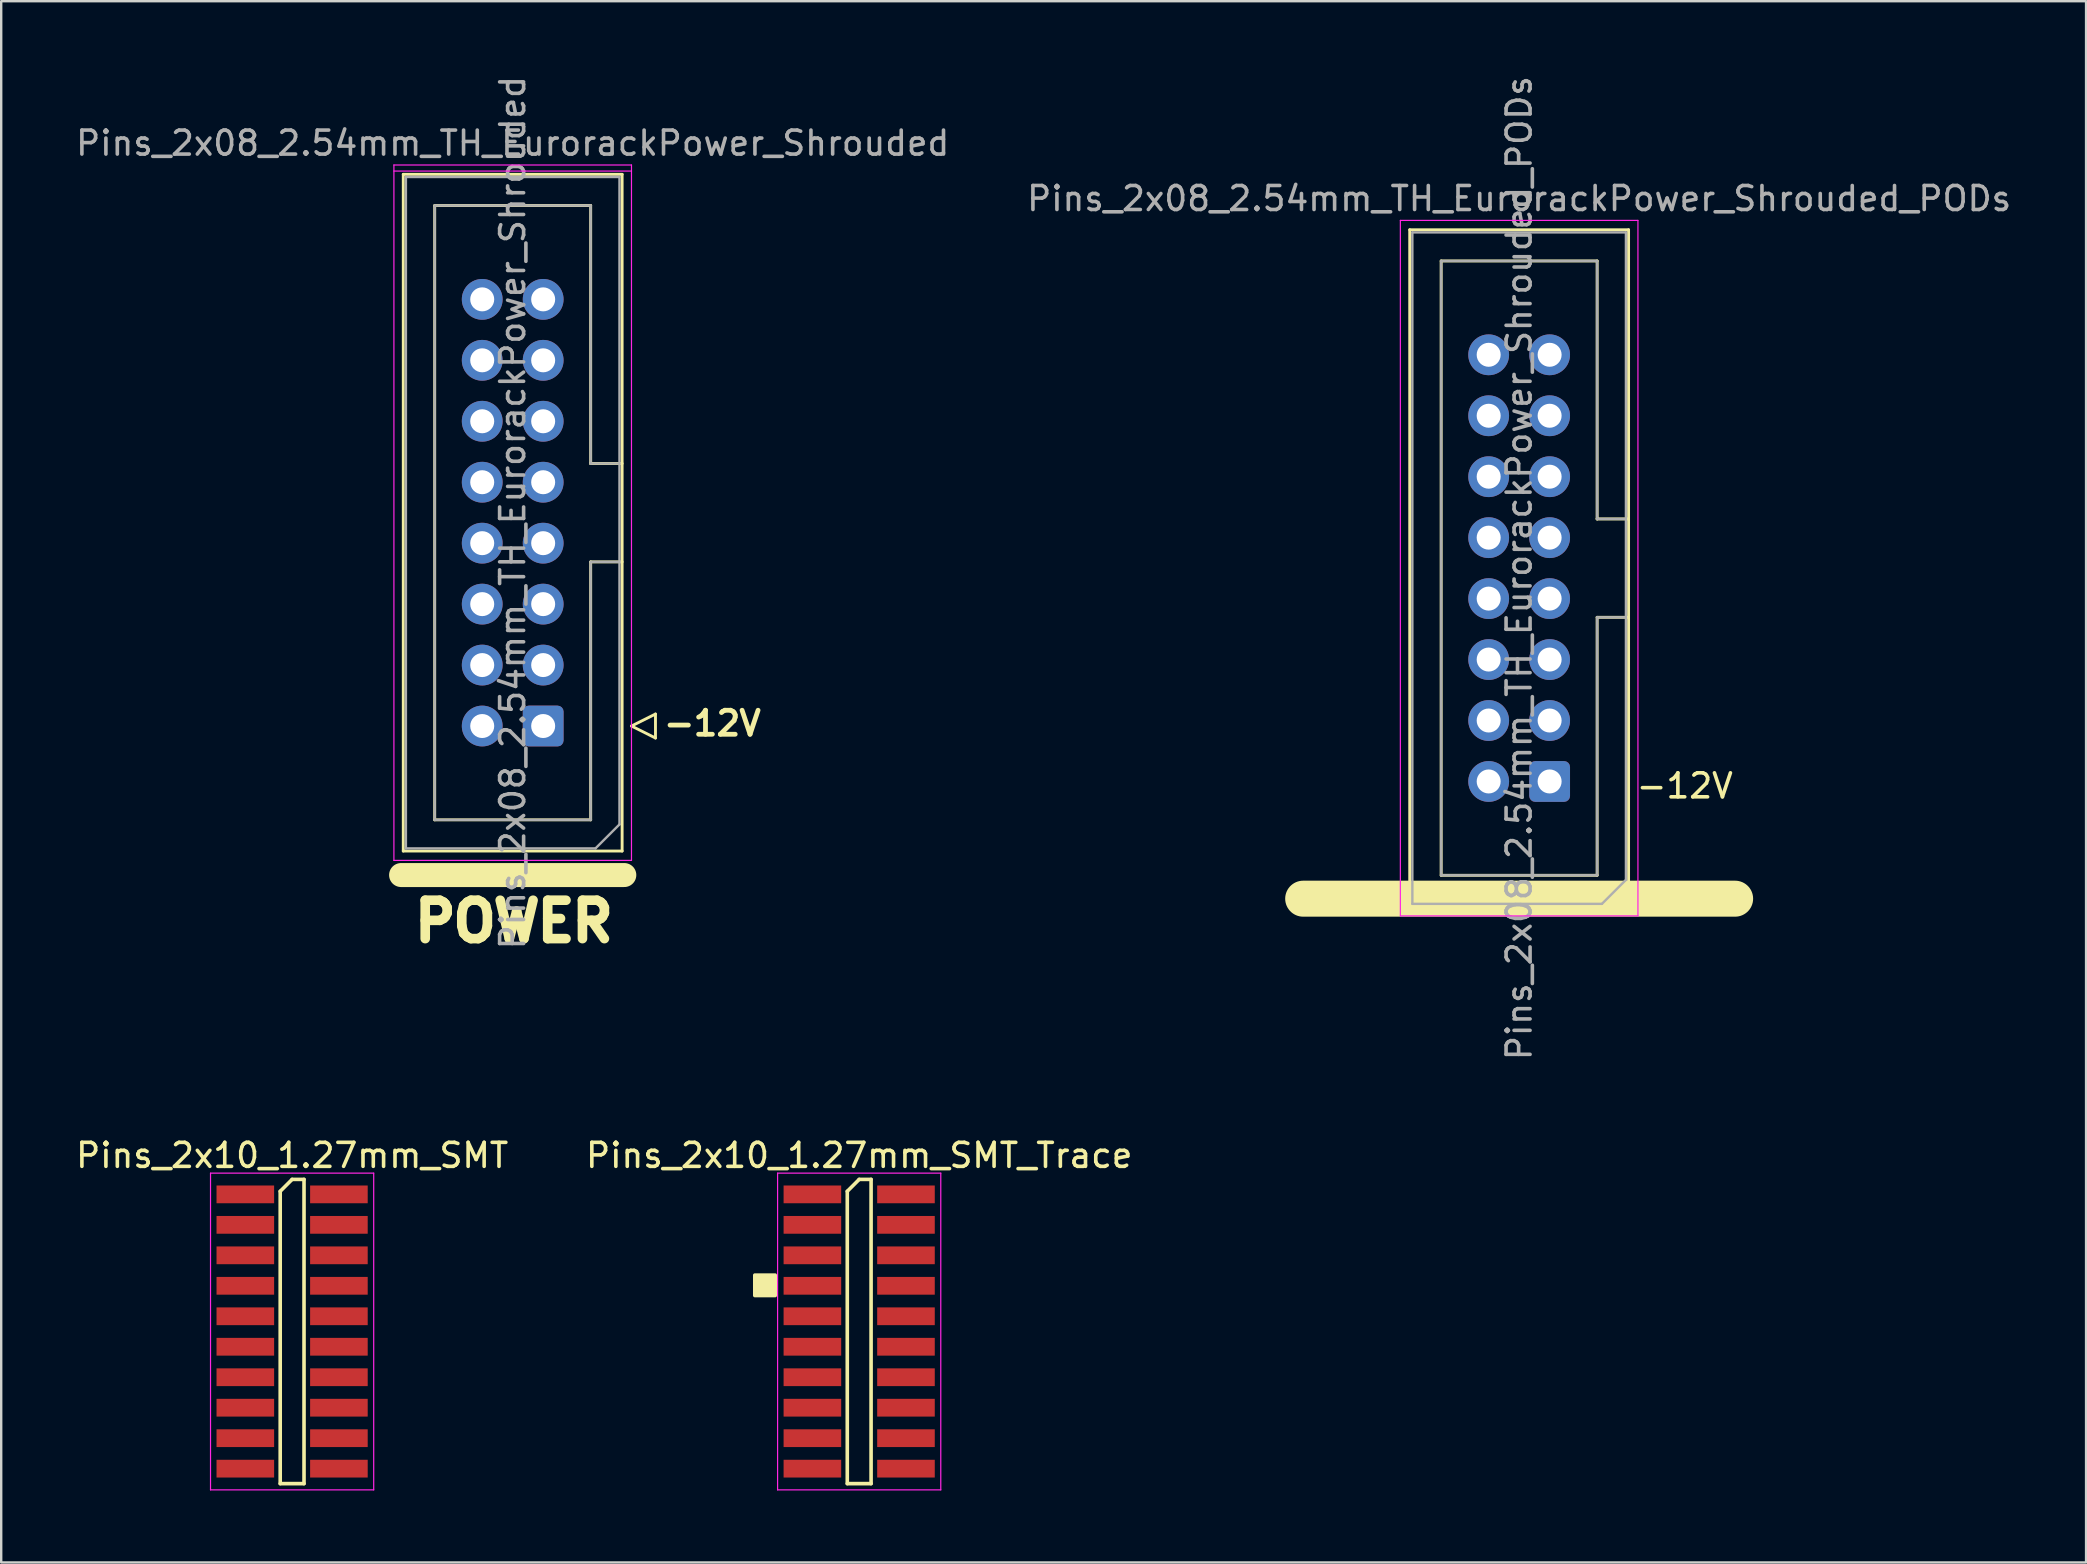
<source format=kicad_pcb>
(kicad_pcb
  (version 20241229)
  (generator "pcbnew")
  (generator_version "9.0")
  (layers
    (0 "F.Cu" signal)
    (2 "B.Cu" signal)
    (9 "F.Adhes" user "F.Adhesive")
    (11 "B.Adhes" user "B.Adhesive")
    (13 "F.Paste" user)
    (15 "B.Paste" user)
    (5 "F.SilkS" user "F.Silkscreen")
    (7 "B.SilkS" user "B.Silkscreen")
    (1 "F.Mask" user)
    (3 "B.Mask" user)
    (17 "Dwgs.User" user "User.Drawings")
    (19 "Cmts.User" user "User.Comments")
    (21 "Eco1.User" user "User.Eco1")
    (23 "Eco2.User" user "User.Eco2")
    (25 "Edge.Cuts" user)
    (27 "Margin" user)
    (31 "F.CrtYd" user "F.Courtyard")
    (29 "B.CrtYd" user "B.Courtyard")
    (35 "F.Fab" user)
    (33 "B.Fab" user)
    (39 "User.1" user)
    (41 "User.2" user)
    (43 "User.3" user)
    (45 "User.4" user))
  (footprint "Pins_2x10_1.27mm_SMT"
    (layer "F.Cu")
    (at 9.123 52.437)
    (property "Reference" "Pins_2x10_1.27mm_SMT" (at 0.002 -7.339 0) (layer "F.SilkS") (effects (font (size 1 1) (thickness 0.15))))
    (attr smd)
    (fp_line (start -0.496 -5.843) (end 0 -6.339) (stroke (width 0.15) (type solid)) (layer "F.SilkS"))
    (fp_line (start -0.496 6.339) (end -0.496 -5.843) (stroke (width 0.15) (type solid)) (layer "F.SilkS"))
    (fp_line (start 0 -6.339) (end 0.496 -6.339) (stroke (width 0.15) (type solid)) (layer "F.SilkS"))
    (fp_line (start 0.496 -6.339) (end 0.496 6.339) (stroke (width 0.15) (type solid)) (layer "F.SilkS"))
    (fp_line (start 0.496 6.339) (end -0.496 6.339) (stroke (width 0.15) (type solid)) (layer "F.SilkS"))
    (fp_line (start -3.4 -6.6) (end 3.4 -6.6) (stroke (width 0.05) (type solid)) (layer "F.CrtYd"))
    (fp_line (start -3.4 6.6) (end -3.4 -6.6) (stroke (width 0.05) (type solid)) (layer "F.CrtYd"))
    (fp_line (start 3.4 -6.6) (end 3.4 6.6) (stroke (width 0.05) (type solid)) (layer "F.CrtYd"))
    (fp_line (start 3.4 6.6) (end -3.4 6.6) (stroke (width 0.05) (type solid)) (layer "F.CrtYd"))
    (pad "1" smd rect (at -1.95 -5.715 270) (size 0.74 2.4) (layers "F.Cu" "F.Mask" "F.Paste"))
    (pad "2" smd rect (at 1.95 -5.715 270) (size 0.74 2.4) (layers "F.Cu" "F.Mask" "F.Paste"))
    (pad "3" smd rect (at -1.95 -4.445 270) (size 0.74 2.4) (layers "F.Cu" "F.Mask" "F.Paste"))
    (pad "4" smd rect (at 1.95 -4.445 270) (size 0.74 2.4) (layers "F.Cu" "F.Mask" "F.Paste"))
    (pad "5" smd rect (at -1.95 -3.175 270) (size 0.74 2.4) (layers "F.Cu" "F.Mask" "F.Paste"))
    (pad "6" smd rect (at 1.95 -3.175 270) (size 0.74 2.4) (layers "F.Cu" "F.Mask" "F.Paste"))
    (pad "7" smd rect (at -1.95 -1.905 270) (size 0.74 2.4) (layers "F.Cu" "F.Mask" "F.Paste"))
    (pad "8" smd rect (at 1.95 -1.905 270) (size 0.74 2.4) (layers "F.Cu" "F.Mask" "F.Paste"))
    (pad "9" smd rect (at -1.95 -0.635 270) (size 0.74 2.4) (layers "F.Cu" "F.Mask" "F.Paste"))
    (pad "10" smd rect (at 1.95 -0.635 270) (size 0.74 2.4) (layers "F.Cu" "F.Mask" "F.Paste"))
    (pad "11" smd rect (at -1.95 0.635 270) (size 0.74 2.4) (layers "F.Cu" "F.Mask" "F.Paste"))
    (pad "12" smd rect (at 1.95 0.635 270) (size 0.74 2.4) (layers "F.Cu" "F.Mask" "F.Paste"))
    (pad "13" smd rect (at -1.95 1.905 270) (size 0.74 2.4) (layers "F.Cu" "F.Mask" "F.Paste"))
    (pad "14" smd rect (at 1.95 1.905 270) (size 0.74 2.4) (layers "F.Cu" "F.Mask" "F.Paste"))
    (pad "15" smd rect (at -1.95 3.175 270) (size 0.74 2.4) (layers "F.Cu" "F.Mask" "F.Paste"))
    (pad "16" smd rect (at 1.95 3.175 270) (size 0.74 2.4) (layers "F.Cu" "F.Mask" "F.Paste"))
    (pad "17" smd rect (at -1.95 4.445 270) (size 0.74 2.4) (layers "F.Cu" "F.Mask" "F.Paste"))
    (pad "18" smd rect (at 1.95 4.445 270) (size 0.74 2.4) (layers "F.Cu" "F.Mask" "F.Paste"))
    (pad "19" smd rect (at -1.95 5.715 270) (size 0.74 2.4) (layers "F.Cu" "F.Mask" "F.Paste"))
    (pad "20" smd rect (at 1.95 5.715 270) (size 0.74 2.4) (layers "F.Cu" "F.Mask" "F.Paste")))
  (footprint "Pins_2x10_1.27mm_SMT_Trace"
    (layer "F.Cu")
    (at 32.754 52.437)
    (property "Reference" "Pins_2x10_1.27mm_SMT_Trace" (at 0.002 -7.339 0) (layer "F.SilkS") (effects (font (size 1 1) (thickness 0.15))))
    (attr smd)
    (fp_line (start -0.496 -5.843) (end 0 -6.339) (stroke (width 0.15) (type solid)) (layer "F.SilkS"))
    (fp_line (start -0.496 6.339) (end -0.496 -5.843) (stroke (width 0.15) (type solid)) (layer "F.SilkS"))
    (fp_line (start 0 -6.339) (end 0.496 -6.339) (stroke (width 0.15) (type solid)) (layer "F.SilkS"))
    (fp_line (start 0.496 -6.339) (end 0.496 6.339) (stroke (width 0.15) (type solid)) (layer "F.SilkS"))
    (fp_line (start 0.496 6.339) (end -0.496 6.339) (stroke (width 0.15) (type solid)) (layer "F.SilkS"))
    (fp_poly (pts (xy -4.35 -2.35) (xy -4.35 -1.5) (xy -3.5 -1.5) (xy -3.5 -2.35)) (stroke (width 0.15) (type solid)) (fill yes) (layer "F.SilkS"))
    (fp_line (start -3.4 -6.6) (end 3.4 -6.6) (stroke (width 0.05) (type solid)) (layer "F.CrtYd"))
    (fp_line (start -3.4 6.6) (end -3.4 -6.6) (stroke (width 0.05) (type solid)) (layer "F.CrtYd"))
    (fp_line (start 3.4 -6.6) (end 3.4 6.6) (stroke (width 0.05) (type solid)) (layer "F.CrtYd"))
    (fp_line (start 3.4 6.6) (end -3.4 6.6) (stroke (width 0.05) (type solid)) (layer "F.CrtYd"))
    (pad "1" smd rect (at -1.95 -5.715 270) (size 0.74 2.4) (layers "F.Cu" "F.Mask" "F.Paste"))
    (pad "2" smd rect (at 1.95 -5.715 270) (size 0.74 2.4) (layers "F.Cu" "F.Mask" "F.Paste"))
    (pad "3" smd rect (at -1.95 -4.445 270) (size 0.74 2.4) (layers "F.Cu" "F.Mask" "F.Paste"))
    (pad "4" smd rect (at 1.95 -4.445 270) (size 0.74 2.4) (layers "F.Cu" "F.Mask" "F.Paste"))
    (pad "5" smd rect (at -1.95 -3.175 270) (size 0.74 2.4) (layers "F.Cu" "F.Mask" "F.Paste"))
    (pad "6" smd rect (at 1.95 -3.175 270) (size 0.74 2.4) (layers "F.Cu" "F.Mask" "F.Paste"))
    (pad "7" smd rect (at -1.95 -1.905 270) (size 0.74 2.4) (layers "F.Cu" "F.Mask" "F.Paste"))
    (pad "8" smd rect (at 1.95 -1.905 270) (size 0.74 2.4) (layers "F.Cu" "F.Mask" "F.Paste"))
    (pad "9" smd rect (at -1.95 -0.635 270) (size 0.74 2.4) (layers "F.Cu" "F.Mask" "F.Paste"))
    (pad "10" smd rect (at 1.95 -0.635 270) (size 0.74 2.4) (layers "F.Cu" "F.Mask" "F.Paste"))
    (pad "11" smd rect (at -1.95 0.635 270) (size 0.74 2.4) (layers "F.Cu" "F.Mask" "F.Paste"))
    (pad "12" smd rect (at 1.95 0.635 270) (size 0.74 2.4) (layers "F.Cu" "F.Mask" "F.Paste"))
    (pad "13" smd rect (at -1.95 1.905 270) (size 0.74 2.4) (layers "F.Cu" "F.Mask" "F.Paste"))
    (pad "14" smd rect (at 1.95 1.905 270) (size 0.74 2.4) (layers "F.Cu" "F.Mask" "F.Paste"))
    (pad "15" smd rect (at -1.95 3.175 270) (size 0.74 2.4) (layers "F.Cu" "F.Mask" "F.Paste"))
    (pad "16" smd rect (at 1.95 3.175 270) (size 0.74 2.4) (layers "F.Cu" "F.Mask" "F.Paste"))
    (pad "17" smd rect (at -1.95 4.445 270) (size 0.74 2.4) (layers "F.Cu" "F.Mask" "F.Paste"))
    (pad "18" smd rect (at 1.95 4.445 270) (size 0.74 2.4) (layers "F.Cu" "F.Mask" "F.Paste"))
    (pad "19" smd rect (at -1.95 5.715 270) (size 0.74 2.4) (layers "F.Cu" "F.Mask" "F.Paste"))
    (pad "20" smd rect (at 1.95 5.715 270) (size 0.74 2.4) (layers "F.Cu" "F.Mask" "F.Paste")))
  (footprint "Pins_2x08_2.54mm_TH_EurorackPower_Shrouded"
    (layer "F.Cu")
    (at 18.315 18.315)
    (property "Reference" "Pins_2x08_2.54mm_TH_EurorackPower_Shrouded" (at 0 -15.4 180) (layer "F.Fab") (effects (font (size 1 1) (thickness 0.15))))
    (attr through_hole)
    (fp_line (start -4.56 -14.1) (end 4.56 -14.1) (stroke (width 0.12) (type solid)) (layer "F.SilkS"))
    (fp_line (start -4.56 14.1) (end -4.56 -14.1) (stroke (width 0.12) (type solid)) (layer "F.SilkS"))
    (fp_line (start -3.25 -12.8) (end 3.25 -12.8) (stroke (width 0.12) (type solid)) (layer "F.SilkS"))
    (fp_line (start -3.25 12.8) (end -3.25 -12.8) (stroke (width 0.12) (type solid)) (layer "F.SilkS"))
    (fp_line (start 3.25 -12.8) (end 3.25 -2.05) (stroke (width 0.12) (type solid)) (layer "F.SilkS"))
    (fp_line (start 3.25 -2.05) (end 3.25 -2.05) (stroke (width 0.12) (type solid)) (layer "F.SilkS"))
    (fp_line (start 3.25 -2.05) (end 4.56 -2.05) (stroke (width 0.12) (type solid)) (layer "F.SilkS"))
    (fp_line (start 3.25 2.05) (end 3.25 12.8) (stroke (width 0.12) (type solid)) (layer "F.SilkS"))
    (fp_line (start 3.25 12.8) (end -3.25 12.8) (stroke (width 0.12) (type solid)) (layer "F.SilkS"))
    (fp_line (start 4.56 -14.1) (end 4.56 14.1) (stroke (width 0.12) (type solid)) (layer "F.SilkS"))
    (fp_line (start 4.56 2.05) (end 3.25 2.05) (stroke (width 0.12) (type solid)) (layer "F.SilkS"))
    (fp_line (start 4.56 14.1) (end -4.56 14.1) (stroke (width 0.12) (type solid)) (layer "F.SilkS"))
    (fp_line (start 4.651 15.1) (end -4.651 15.1) (stroke (width 1) (type solid)) (layer "F.SilkS"))
    (fp_line (start 4.95 8.89) (end 5.95 9.39) (stroke (width 0.12) (type solid)) (layer "F.SilkS"))
    (fp_line (start 5.95 8.39) (end 4.95 8.89) (stroke (width 0.12) (type solid)) (layer "F.SilkS"))
    (fp_line (start 5.95 9.39) (end 5.95 8.39) (stroke (width 0.12) (type solid)) (layer "F.SilkS"))
    (fp_line (start -4.95 -14.49) (end -4.95 14.49) (stroke (width 0.05) (type solid)) (layer "F.CrtYd"))
    (fp_line (start -4.95 14.49) (end 4.95 14.49) (stroke (width 0.05) (type solid)) (layer "F.CrtYd"))
    (fp_line (start 4.95 -14.49) (end -4.95 -14.49) (stroke (width 0.05) (type solid)) (layer "F.CrtYd"))
    (fp_line (start 4.95 -14.236) (end -4.95 -14.236) (stroke (width 0.05) (type solid)) (layer "F.CrtYd"))
    (fp_line (start 4.95 14.49) (end 4.95 -14.49) (stroke (width 0.05) (type solid)) (layer "F.CrtYd"))
    (fp_line (start -4.45 -13.99) (end 4.45 -13.99) (stroke (width 0.1) (type solid)) (layer "F.Fab"))
    (fp_line (start -4.45 13.99) (end -4.45 -13.99) (stroke (width 0.1) (type solid)) (layer "F.Fab"))
    (fp_line (start -3.25 -12.8) (end 3.25 -12.8) (stroke (width 0.1) (type solid)) (layer "F.Fab"))
    (fp_line (start -3.25 12.8) (end -3.25 -12.8) (stroke (width 0.1) (type solid)) (layer "F.Fab"))
    (fp_line (start 3.25 -12.8) (end 3.25 -2.05) (stroke (width 0.1) (type solid)) (layer "F.Fab"))
    (fp_line (start 3.25 -2.05) (end 3.25 -2.05) (stroke (width 0.1) (type solid)) (layer "F.Fab"))
    (fp_line (start 3.25 -2.05) (end 4.45 -2.05) (stroke (width 0.1) (type solid)) (layer "F.Fab"))
    (fp_line (start 3.25 2.05) (end 3.25 12.8) (stroke (width 0.1) (type solid)) (layer "F.Fab"))
    (fp_line (start 3.25 12.8) (end -3.25 12.8) (stroke (width 0.1) (type solid)) (layer "F.Fab"))
    (fp_line (start 3.45 13.99) (end -4.45 13.99) (stroke (width 0.1) (type solid)) (layer "F.Fab"))
    (fp_line (start 4.45 -13.99) (end 4.45 12.99) (stroke (width 0.1) (type solid)) (layer "F.Fab"))
    (fp_line (start 4.45 2.05) (end 3.25 2.05) (stroke (width 0.1) (type solid)) (layer "F.Fab"))
    (fp_line (start 4.45 12.99) (end 3.45 13.99) (stroke (width 0.1) (type solid)) (layer "F.Fab"))
    (fp_text user "POWER" (at 0.05 17.03 180) (layer "F.SilkS") (effects (font (size 1.6 1.6) (thickness 0.4))))
    (fp_text user "-12V" (at 8.32 8.78 180) (layer "F.SilkS") (effects (font (size 1 1) (thickness 0.2))))
    (fp_text user "${REFERENCE}" (at 0 0 270) (layer "F.Fab") (effects (font (size 1 1) (thickness 0.15))))
    (pad "1" thru_hole roundrect (at 1.27 8.89 180) (size 1.7 1.7) (drill 1) (layers "*.Cu" "*.Mask") (roundrect_rratio 0.147))
    (pad "2" thru_hole circle (at -1.27 8.89 180) (size 1.7 1.7) (drill 1) (layers "*.Cu" "*.Mask"))
    (pad "3" thru_hole circle (at 1.27 6.35 180) (size 1.7 1.7) (drill 1) (layers "*.Cu" "*.Mask"))
    (pad "4" thru_hole circle (at -1.27 6.35 180) (size 1.7 1.7) (drill 1) (layers "*.Cu" "*.Mask"))
    (pad "5" thru_hole circle (at 1.27 3.81 180) (size 1.7 1.7) (drill 1) (layers "*.Cu" "*.Mask"))
    (pad "6" thru_hole circle (at -1.27 3.81 180) (size 1.7 1.7) (drill 1) (layers "*.Cu" "*.Mask"))
    (pad "7" thru_hole circle (at 1.27 1.27 180) (size 1.7 1.7) (drill 1) (layers "*.Cu" "*.Mask"))
    (pad "8" thru_hole circle (at -1.27 1.27 180) (size 1.7 1.7) (drill 1) (layers "*.Cu" "*.Mask"))
    (pad "9" thru_hole circle (at 1.27 -1.27 180) (size 1.7 1.7) (drill 1) (layers "*.Cu" "*.Mask"))
    (pad "10" thru_hole circle (at -1.27 -1.27 180) (size 1.7 1.7) (drill 1) (layers "*.Cu" "*.Mask"))
    (pad "11" thru_hole circle (at 1.27 -3.81 180) (size 1.7 1.7) (drill 1) (layers "*.Cu" "*.Mask"))
    (pad "12" thru_hole circle (at -1.27 -3.81 180) (size 1.7 1.7) (drill 1) (layers "*.Cu" "*.Mask"))
    (pad "13" thru_hole circle (at 1.27 -6.35 180) (size 1.7 1.7) (drill 1) (layers "*.Cu" "*.Mask"))
    (pad "14" thru_hole circle (at -1.27 -6.35 180) (size 1.7 1.7) (drill 1) (layers "*.Cu" "*.Mask"))
    (pad "15" thru_hole circle (at 1.27 -8.89 180) (size 1.7 1.7) (drill 1) (layers "*.Cu" "*.Mask"))
    (pad "16" thru_hole circle (at -1.27 -8.89 180) (size 1.7 1.7) (drill 1) (layers "*.Cu" "*.Mask")))
  (footprint "Pins_2x08_2.54mm_TH_EurorackPower_Shrouded_PODs"
    (layer "F.Cu")
    (at 60.256 20.625)
    (property "Reference" "Pins_2x08_2.54mm_TH_EurorackPower_Shrouded_PODs" (at 0 -15.4 180) (layer "F.Fab") (effects (font (size 1 1) (thickness 0.15))))
    (attr through_hole)
    (fp_line (start -4.56 -14.1) (end 4.56 -14.1) (stroke (width 0.12) (type solid)) (layer "F.SilkS"))
    (fp_line (start -4.56 14.1) (end -4.56 -14.1) (stroke (width 0.12) (type solid)) (layer "F.SilkS"))
    (fp_line (start -3.25 -12.8) (end 3.25 -12.8) (stroke (width 0.12) (type solid)) (layer "F.SilkS"))
    (fp_line (start -3.25 12.8) (end -3.25 -12.8) (stroke (width 0.12) (type solid)) (layer "F.SilkS"))
    (fp_line (start 3.25 -12.8) (end 3.25 -2.05) (stroke (width 0.12) (type solid)) (layer "F.SilkS"))
    (fp_line (start 3.25 -2.05) (end 3.25 -2.05) (stroke (width 0.12) (type solid)) (layer "F.SilkS"))
    (fp_line (start 3.25 -2.05) (end 4.56 -2.05) (stroke (width 0.12) (type solid)) (layer "F.SilkS"))
    (fp_line (start 3.25 2.05) (end 3.25 12.8) (stroke (width 0.12) (type solid)) (layer "F.SilkS"))
    (fp_line (start 3.25 12.8) (end -3.25 12.8) (stroke (width 0.12) (type solid)) (layer "F.SilkS"))
    (fp_line (start 4.56 -14.1) (end 4.56 14.1) (stroke (width 0.12) (type solid)) (layer "F.SilkS"))
    (fp_line (start 4.56 2.05) (end 3.25 2.05) (stroke (width 0.12) (type solid)) (layer "F.SilkS"))
    (fp_line (start 4.56 14.1) (end -4.56 14.1) (stroke (width 0.12) (type solid)) (layer "F.SilkS"))
    (fp_line (start 9 13.775) (end -9 13.775) (stroke (width 1.5) (type solid)) (layer "F.SilkS"))
    (fp_line (start -4.95 -14.49) (end -4.95 14.49) (stroke (width 0.05) (type solid)) (layer "F.CrtYd"))
    (fp_line (start -4.95 14.49) (end 4.95 14.49) (stroke (width 0.05) (type solid)) (layer "F.CrtYd"))
    (fp_line (start 4.95 -14.49) (end -4.95 -14.49) (stroke (width 0.05) (type solid)) (layer "F.CrtYd"))
    (fp_line (start 4.95 14.49) (end 4.95 -14.49) (stroke (width 0.05) (type solid)) (layer "F.CrtYd"))
    (fp_line (start -4.45 -13.99) (end 4.45 -13.99) (stroke (width 0.1) (type solid)) (layer "F.Fab"))
    (fp_line (start -4.45 13.99) (end -4.45 -13.99) (stroke (width 0.1) (type solid)) (layer "F.Fab"))
    (fp_line (start -3.25 -12.8) (end 3.25 -12.8) (stroke (width 0.1) (type solid)) (layer "F.Fab"))
    (fp_line (start -3.25 12.8) (end -3.25 -12.8) (stroke (width 0.1) (type solid)) (layer "F.Fab"))
    (fp_line (start 3.25 -12.8) (end 3.25 -2.05) (stroke (width 0.1) (type solid)) (layer "F.Fab"))
    (fp_line (start 3.25 -2.05) (end 3.25 -2.05) (stroke (width 0.1) (type solid)) (layer "F.Fab"))
    (fp_line (start 3.25 -2.05) (end 4.45 -2.05) (stroke (width 0.1) (type solid)) (layer "F.Fab"))
    (fp_line (start 3.25 2.05) (end 3.25 12.8) (stroke (width 0.1) (type solid)) (layer "F.Fab"))
    (fp_line (start 3.25 12.8) (end -3.25 12.8) (stroke (width 0.1) (type solid)) (layer "F.Fab"))
    (fp_line (start 3.45 13.99) (end -4.45 13.99) (stroke (width 0.1) (type solid)) (layer "F.Fab"))
    (fp_line (start 4.45 -13.99) (end 4.45 12.99) (stroke (width 0.1) (type solid)) (layer "F.Fab"))
    (fp_line (start 4.45 2.05) (end 3.25 2.05) (stroke (width 0.1) (type solid)) (layer "F.Fab"))
    (fp_line (start 4.45 12.99) (end 3.45 13.99) (stroke (width 0.1) (type solid)) (layer "F.Fab"))
    (fp_text user "-12V" (at 6.9 9.075 180) (layer "F.SilkS") (effects (font (size 1 1) (thickness 0.15))))
    (fp_text user "${REFERENCE}" (at 0 0 270) (layer "F.Fab") (effects (font (size 1 1) (thickness 0.15))))
    (pad "1" thru_hole roundrect (at 1.27 8.89 180) (size 1.7 1.7) (drill 1) (layers "*.Cu" "*.Mask") (roundrect_rratio 0.147))
    (pad "2" thru_hole circle (at -1.27 8.89 180) (size 1.7 1.7) (drill 1) (layers "*.Cu" "*.Mask"))
    (pad "3" thru_hole circle (at 1.27 6.35 180) (size 1.7 1.7) (drill 1) (layers "*.Cu" "*.Mask"))
    (pad "4" thru_hole circle (at -1.27 6.35 180) (size 1.7 1.7) (drill 1) (layers "*.Cu" "*.Mask"))
    (pad "5" thru_hole circle (at 1.27 3.81 180) (size 1.7 1.7) (drill 1) (layers "*.Cu" "*.Mask"))
    (pad "6" thru_hole circle (at -1.27 3.81 180) (size 1.7 1.7) (drill 1) (layers "*.Cu" "*.Mask"))
    (pad "7" thru_hole circle (at 1.27 1.27 180) (size 1.7 1.7) (drill 1) (layers "*.Cu" "*.Mask"))
    (pad "8" thru_hole circle (at -1.27 1.27 180) (size 1.7 1.7) (drill 1) (layers "*.Cu" "*.Mask"))
    (pad "9" thru_hole circle (at 1.27 -1.27 180) (size 1.7 1.7) (drill 1) (layers "*.Cu" "*.Mask"))
    (pad "10" thru_hole circle (at -1.27 -1.27 180) (size 1.7 1.7) (drill 1) (layers "*.Cu" "*.Mask"))
    (pad "11" thru_hole circle (at 1.27 -3.81 180) (size 1.7 1.7) (drill 1) (layers "*.Cu" "*.Mask"))
    (pad "12" thru_hole circle (at -1.27 -3.81 180) (size 1.7 1.7) (drill 1) (layers "*.Cu" "*.Mask"))
    (pad "13" thru_hole circle (at 1.27 -6.35 180) (size 1.7 1.7) (drill 1) (layers "*.Cu" "*.Mask"))
    (pad "14" thru_hole circle (at -1.27 -6.35 180) (size 1.7 1.7) (drill 1) (layers "*.Cu" "*.Mask"))
    (pad "15" thru_hole circle (at 1.27 -8.89 180) (size 1.7 1.7) (drill 1) (layers "*.Cu" "*.Mask"))
    (pad "16" thru_hole circle (at -1.27 -8.89 180) (size 1.7 1.7) (drill 1) (layers "*.Cu" "*.Mask")))
  (gr_rect
    (start -3 -3)
    (end 83.881 62.062)
    (stroke (width 0.1) (type default))
    (fill no)
    (layer "Edge.Cuts")))
</source>
